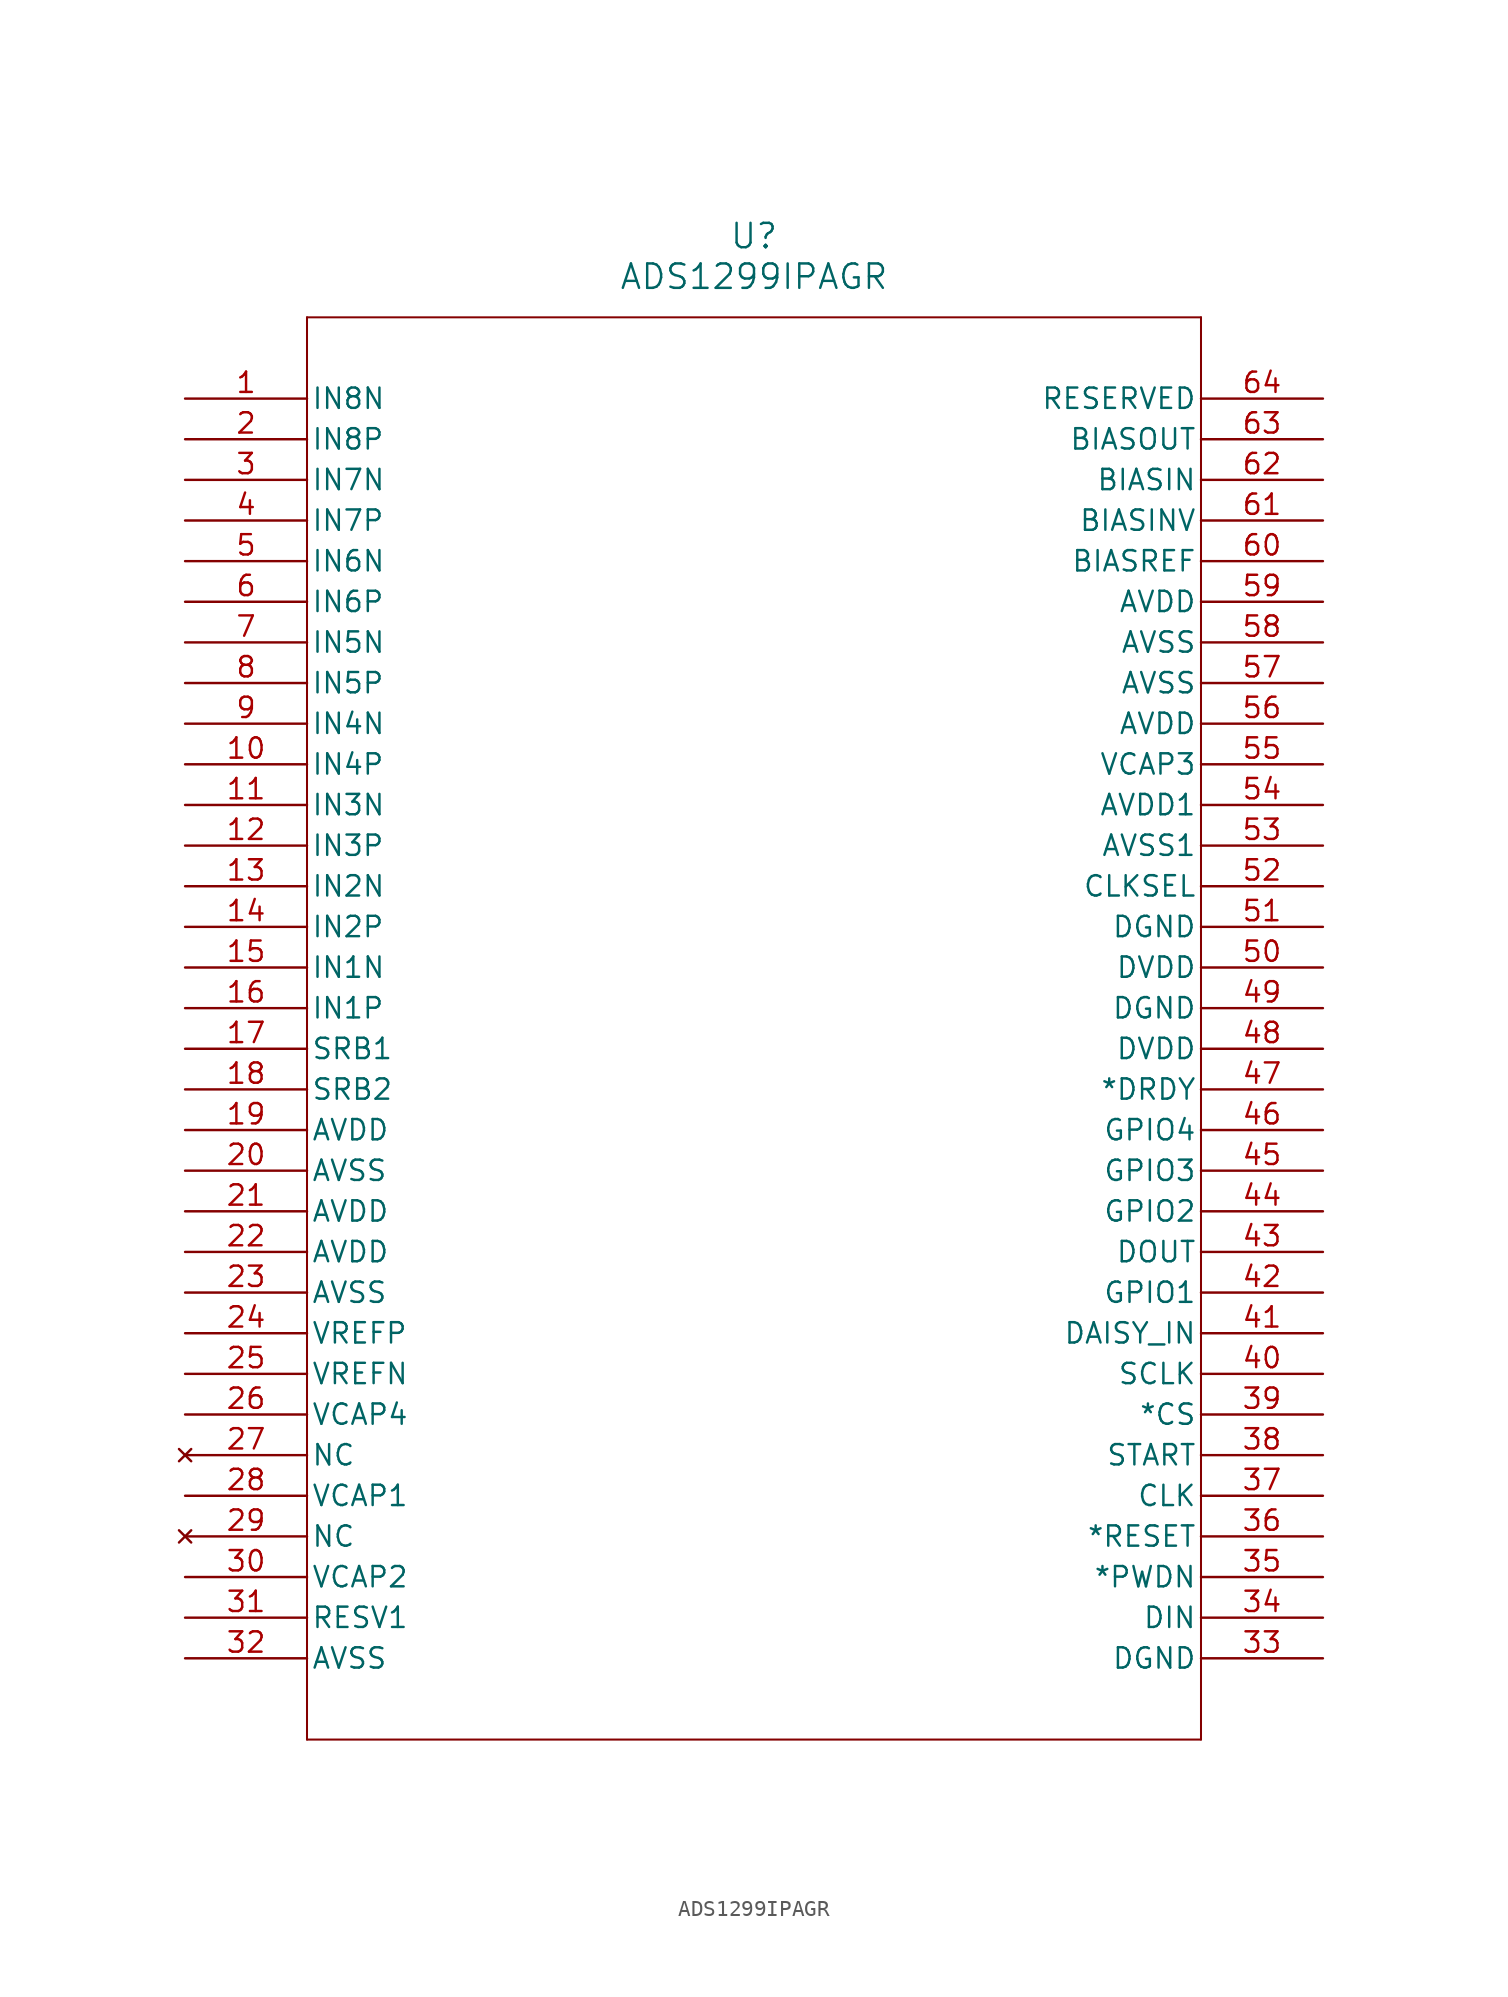
<source format=kicad_sym>
(kicad_symbol_lib
  (version 20211014)
  (generator kicad_symbol_editor)
  (symbol "ADS1299IPAGR"
    (pin_names
      (offset 0.254))
    (property "Reference" "U"
      (at 35.56 10.16 0)
      (effects (font (size 1.524 1.524))))
    (property "Value" "ADS1299IPAGR"
      (at 35.56 7.62 0)
      (effects (font (size 1.524 1.524))))
    (symbol "ADS1299IPAGR_0_1"
      (polyline (pts (xy 7.62 5.08) (xy 7.62 -83.82)) (stroke (width 0.127) (type default) (color 0 0 0 0)) (fill (type none)))
      (polyline (pts (xy 7.62 -83.82) (xy 63.5 -83.82)) (stroke (width 0.127) (type default) (color 0 0 0 0)) (fill (type none)))
      (polyline (pts (xy 63.5 -83.82) (xy 63.5 5.08)) (stroke (width 0.127) (type default) (color 0 0 0 0)) (fill (type none)))
      (polyline (pts (xy 63.5 5.08) (xy 7.62 5.08)) (stroke (width 0.127) (type default) (color 0 0 0 0)) (fill (type none)))
      (pin input line (at 0 0 0) (length 7.62) (name "IN8N" (effects (font (size 1.27 1.27)))) (number "1" (effects (font (size 1.27 1.27)))))
      (pin input line (at 0 -2.54 0) (length 7.62) (name "IN8P" (effects (font (size 1.27 1.27)))) (number "2" (effects (font (size 1.27 1.27)))))
      (pin input line (at 0 -5.08 0) (length 7.62) (name "IN7N" (effects (font (size 1.27 1.27)))) (number "3" (effects (font (size 1.27 1.27)))))
      (pin input line (at 0 -7.62 0) (length 7.62) (name "IN7P" (effects (font (size 1.27 1.27)))) (number "4" (effects (font (size 1.27 1.27)))))
      (pin input line (at 0 -10.16 0) (length 7.62) (name "IN6N" (effects (font (size 1.27 1.27)))) (number "5" (effects (font (size 1.27 1.27)))))
      (pin input line (at 0 -12.7 0) (length 7.62) (name "IN6P" (effects (font (size 1.27 1.27)))) (number "6" (effects (font (size 1.27 1.27)))))
      (pin input line (at 0 -15.24 0) (length 7.62) (name "IN5N" (effects (font (size 1.27 1.27)))) (number "7" (effects (font (size 1.27 1.27)))))
      (pin input line (at 0 -17.78 0) (length 7.62) (name "IN5P" (effects (font (size 1.27 1.27)))) (number "8" (effects (font (size 1.27 1.27)))))
      (pin input line (at 0 -20.32 0) (length 7.62) (name "IN4N" (effects (font (size 1.27 1.27)))) (number "9" (effects (font (size 1.27 1.27)))))
      (pin input line (at 0 -22.86 0) (length 7.62) (name "IN4P" (effects (font (size 1.27 1.27)))) (number "10" (effects (font (size 1.27 1.27)))))
      (pin input line (at 0 -25.4 0) (length 7.62) (name "IN3N" (effects (font (size 1.27 1.27)))) (number "11" (effects (font (size 1.27 1.27)))))
      (pin input line (at 0 -27.94 0) (length 7.62) (name "IN3P" (effects (font (size 1.27 1.27)))) (number "12" (effects (font (size 1.27 1.27)))))
      (pin input line (at 0 -30.48 0) (length 7.62) (name "IN2N" (effects (font (size 1.27 1.27)))) (number "13" (effects (font (size 1.27 1.27)))))
      (pin input line (at 0 -33.02 0) (length 7.62) (name "IN2P" (effects (font (size 1.27 1.27)))) (number "14" (effects (font (size 1.27 1.27)))))
      (pin input line (at 0 -35.56 0) (length 7.62) (name "IN1N" (effects (font (size 1.27 1.27)))) (number "15" (effects (font (size 1.27 1.27)))))
      (pin input line (at 0 -38.1 0) (length 7.62) (name "IN1P" (effects (font (size 1.27 1.27)))) (number "16" (effects (font (size 1.27 1.27)))))
      (pin bidirectional line (at 0 -40.64 0) (length 7.62) (name "SRB1" (effects (font (size 1.27 1.27)))) (number "17" (effects (font (size 1.27 1.27)))))
      (pin bidirectional line (at 0 -43.18 0) (length 7.62) (name "SRB2" (effects (font (size 1.27 1.27)))) (number "18" (effects (font (size 1.27 1.27)))))
      (pin power_in line (at 0 -45.72 0) (length 7.62) (name "AVDD" (effects (font (size 1.27 1.27)))) (number "19" (effects (font (size 1.27 1.27)))))
      (pin power_in line (at 0 -48.26 0) (length 7.62) (name "AVSS" (effects (font (size 1.27 1.27)))) (number "20" (effects (font (size 1.27 1.27)))))
      (pin power_in line (at 0 -50.8 0) (length 7.62) (name "AVDD" (effects (font (size 1.27 1.27)))) (number "21" (effects (font (size 1.27 1.27)))))
      (pin power_in line (at 0 -53.34 0) (length 7.62) (name "AVDD" (effects (font (size 1.27 1.27)))) (number "22" (effects (font (size 1.27 1.27)))))
      (pin power_in line (at 0 -55.88 0) (length 7.62) (name "AVSS" (effects (font (size 1.27 1.27)))) (number "23" (effects (font (size 1.27 1.27)))))
      (pin bidirectional line (at 0 -58.42 0) (length 7.62) (name "VREFP" (effects (font (size 1.27 1.27)))) (number "24" (effects (font (size 1.27 1.27)))))
      (pin input line (at 0 -60.96 0) (length 7.62) (name "VREFN" (effects (font (size 1.27 1.27)))) (number "25" (effects (font (size 1.27 1.27)))))
      (pin output line (at 0 -63.5 0) (length 7.62) (name "VCAP4" (effects (font (size 1.27 1.27)))) (number "26" (effects (font (size 1.27 1.27)))))
      (pin no_connect line (at 0 -66.04 0) (length 7.62) (name "NC" (effects (font (size 1.27 1.27)))) (number "27" (effects (font (size 1.27 1.27)))))
      (pin unspecified line (at 0 -68.58 0) (length 7.62) (name "VCAP1" (effects (font (size 1.27 1.27)))) (number "28" (effects (font (size 1.27 1.27)))))
      (pin no_connect line (at 0 -71.12 0) (length 7.62) (name "NC" (effects (font (size 1.27 1.27)))) (number "29" (effects (font (size 1.27 1.27)))))
      (pin unspecified line (at 0 -73.66 0) (length 7.62) (name "VCAP2" (effects (font (size 1.27 1.27)))) (number "30" (effects (font (size 1.27 1.27)))))
      (pin input line (at 0 -76.2 0) (length 7.62) (name "RESV1" (effects (font (size 1.27 1.27)))) (number "31" (effects (font (size 1.27 1.27)))))
      (pin power_in line (at 0 -78.74 0) (length 7.62) (name "AVSS" (effects (font (size 1.27 1.27)))) (number "32" (effects (font (size 1.27 1.27)))))
      (pin power_in line (at 71.12 -78.74 180) (length 7.62) (name "DGND" (effects (font (size 1.27 1.27)))) (number "33" (effects (font (size 1.27 1.27)))))
      (pin input line (at 71.12 -76.2 180) (length 7.62) (name "DIN" (effects (font (size 1.27 1.27)))) (number "34" (effects (font (size 1.27 1.27)))))
      (pin power_in line (at 71.12 -73.66 180) (length 7.62) (name "*PWDN" (effects (font (size 1.27 1.27)))) (number "35" (effects (font (size 1.27 1.27)))))
      (pin input line (at 71.12 -71.12 180) (length 7.62) (name "*RESET" (effects (font (size 1.27 1.27)))) (number "36" (effects (font (size 1.27 1.27)))))
      (pin input line (at 71.12 -68.58 180) (length 7.62) (name "CLK" (effects (font (size 1.27 1.27)))) (number "37" (effects (font (size 1.27 1.27)))))
      (pin input line (at 71.12 -66.04 180) (length 7.62) (name "START" (effects (font (size 1.27 1.27)))) (number "38" (effects (font (size 1.27 1.27)))))
      (pin input line (at 71.12 -63.5 180) (length 7.62) (name "*CS" (effects (font (size 1.27 1.27)))) (number "39" (effects (font (size 1.27 1.27)))))
      (pin input line (at 71.12 -60.96 180) (length 7.62) (name "SCLK" (effects (font (size 1.27 1.27)))) (number "40" (effects (font (size 1.27 1.27)))))
      (pin input line (at 71.12 -58.42 180) (length 7.62) (name "DAISY_IN" (effects (font (size 1.27 1.27)))) (number "41" (effects (font (size 1.27 1.27)))))
      (pin bidirectional line (at 71.12 -55.88 180) (length 7.62) (name "GPIO1" (effects (font (size 1.27 1.27)))) (number "42" (effects (font (size 1.27 1.27)))))
      (pin output line (at 71.12 -53.34 180) (length 7.62) (name "DOUT" (effects (font (size 1.27 1.27)))) (number "43" (effects (font (size 1.27 1.27)))))
      (pin bidirectional line (at 71.12 -50.8 180) (length 7.62) (name "GPIO2" (effects (font (size 1.27 1.27)))) (number "44" (effects (font (size 1.27 1.27)))))
      (pin bidirectional line (at 71.12 -48.26 180) (length 7.62) (name "GPIO3" (effects (font (size 1.27 1.27)))) (number "45" (effects (font (size 1.27 1.27)))))
      (pin bidirectional line (at 71.12 -45.72 180) (length 7.62) (name "GPIO4" (effects (font (size 1.27 1.27)))) (number "46" (effects (font (size 1.27 1.27)))))
      (pin output line (at 71.12 -43.18 180) (length 7.62) (name "*DRDY" (effects (font (size 1.27 1.27)))) (number "47" (effects (font (size 1.27 1.27)))))
      (pin power_in line (at 71.12 -40.64 180) (length 7.62) (name "DVDD" (effects (font (size 1.27 1.27)))) (number "48" (effects (font (size 1.27 1.27)))))
      (pin power_in line (at 71.12 -38.1 180) (length 7.62) (name "DGND" (effects (font (size 1.27 1.27)))) (number "49" (effects (font (size 1.27 1.27)))))
      (pin power_in line (at 71.12 -35.56 180) (length 7.62) (name "DVDD" (effects (font (size 1.27 1.27)))) (number "50" (effects (font (size 1.27 1.27)))))
      (pin power_in line (at 71.12 -33.02 180) (length 7.62) (name "DGND" (effects (font (size 1.27 1.27)))) (number "51" (effects (font (size 1.27 1.27)))))
      (pin input line (at 71.12 -30.48 180) (length 7.62) (name "CLKSEL" (effects (font (size 1.27 1.27)))) (number "52" (effects (font (size 1.27 1.27)))))
      (pin power_in line (at 71.12 -27.94 180) (length 7.62) (name "AVSS1" (effects (font (size 1.27 1.27)))) (number "53" (effects (font (size 1.27 1.27)))))
      (pin power_in line (at 71.12 -25.4 180) (length 7.62) (name "AVDD1" (effects (font (size 1.27 1.27)))) (number "54" (effects (font (size 1.27 1.27)))))
      (pin unspecified line (at 71.12 -22.86 180) (length 7.62) (name "VCAP3" (effects (font (size 1.27 1.27)))) (number "55" (effects (font (size 1.27 1.27)))))
      (pin power_in line (at 71.12 -20.32 180) (length 7.62) (name "AVDD" (effects (font (size 1.27 1.27)))) (number "56" (effects (font (size 1.27 1.27)))))
      (pin power_in line (at 71.12 -17.78 180) (length 7.62) (name "AVSS" (effects (font (size 1.27 1.27)))) (number "57" (effects (font (size 1.27 1.27)))))
      (pin power_in line (at 71.12 -15.24 180) (length 7.62) (name "AVSS" (effects (font (size 1.27 1.27)))) (number "58" (effects (font (size 1.27 1.27)))))
      (pin power_in line (at 71.12 -12.7 180) (length 7.62) (name "AVDD" (effects (font (size 1.27 1.27)))) (number "59" (effects (font (size 1.27 1.27)))))
      (pin input line (at 71.12 -10.16 180) (length 7.62) (name "BIASREF" (effects (font (size 1.27 1.27)))) (number "60" (effects (font (size 1.27 1.27)))))
      (pin bidirectional line (at 71.12 -7.62 180) (length 7.62) (name "BIASINV" (effects (font (size 1.27 1.27)))) (number "61" (effects (font (size 1.27 1.27)))))
      (pin input line (at 71.12 -5.08 180) (length 7.62) (name "BIASIN" (effects (font (size 1.27 1.27)))) (number "62" (effects (font (size 1.27 1.27)))))
      (pin output line (at 71.12 -2.54 180) (length 7.62) (name "BIASOUT" (effects (font (size 1.27 1.27)))) (number "63" (effects (font (size 1.27 1.27)))))
      (pin output line (at 71.12 0 180) (length 7.62) (name "RESERVED" (effects (font (size 1.27 1.27)))) (number "64" (effects (font (size 1.27 1.27))))))))
</source>
